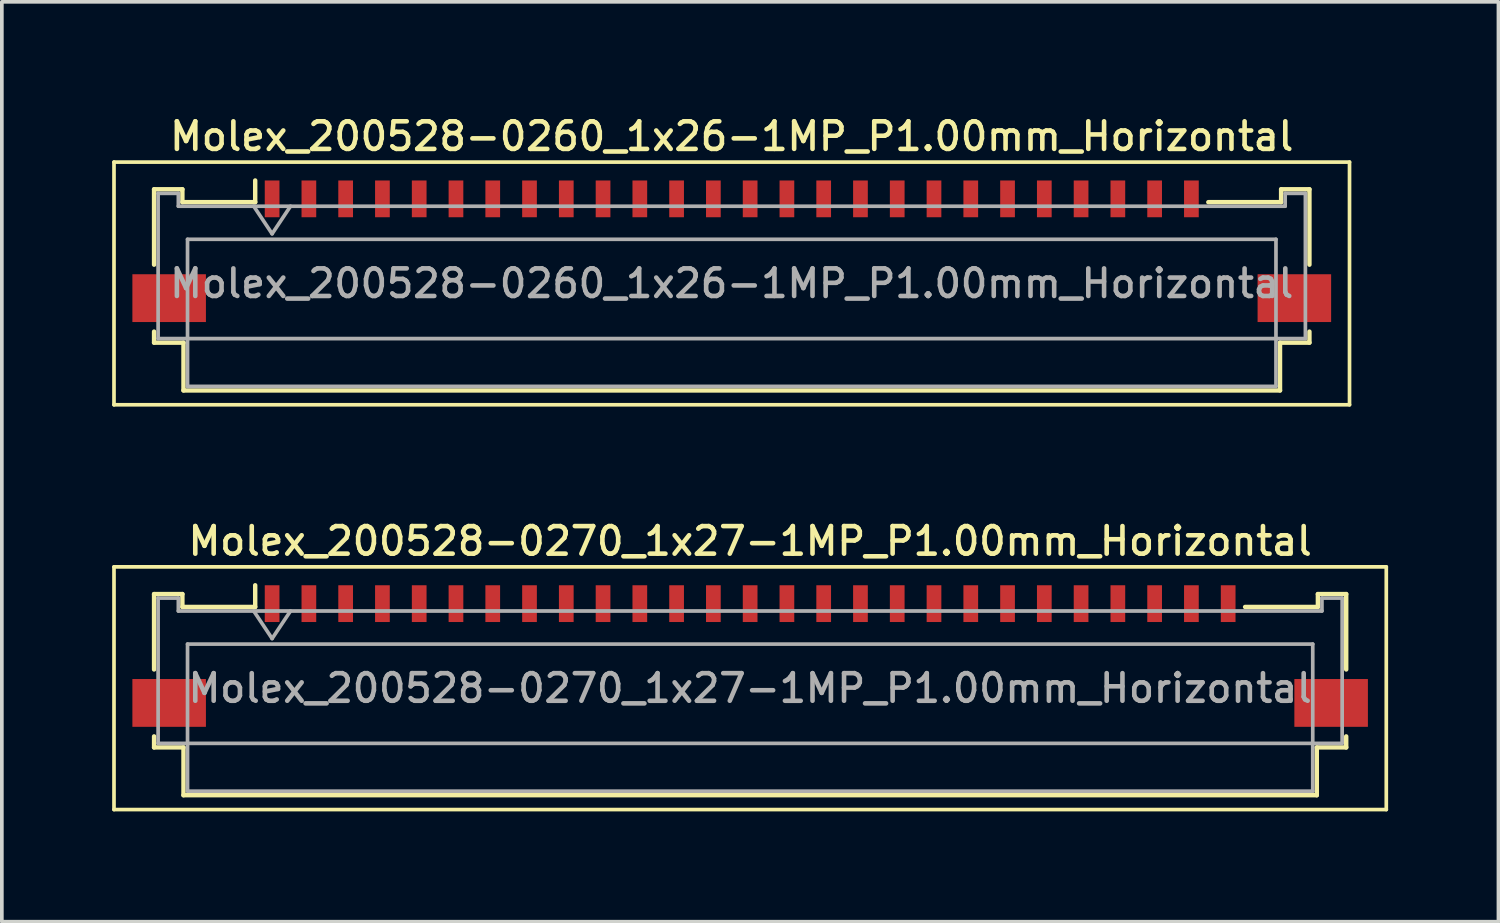
<source format=kicad_pcb>
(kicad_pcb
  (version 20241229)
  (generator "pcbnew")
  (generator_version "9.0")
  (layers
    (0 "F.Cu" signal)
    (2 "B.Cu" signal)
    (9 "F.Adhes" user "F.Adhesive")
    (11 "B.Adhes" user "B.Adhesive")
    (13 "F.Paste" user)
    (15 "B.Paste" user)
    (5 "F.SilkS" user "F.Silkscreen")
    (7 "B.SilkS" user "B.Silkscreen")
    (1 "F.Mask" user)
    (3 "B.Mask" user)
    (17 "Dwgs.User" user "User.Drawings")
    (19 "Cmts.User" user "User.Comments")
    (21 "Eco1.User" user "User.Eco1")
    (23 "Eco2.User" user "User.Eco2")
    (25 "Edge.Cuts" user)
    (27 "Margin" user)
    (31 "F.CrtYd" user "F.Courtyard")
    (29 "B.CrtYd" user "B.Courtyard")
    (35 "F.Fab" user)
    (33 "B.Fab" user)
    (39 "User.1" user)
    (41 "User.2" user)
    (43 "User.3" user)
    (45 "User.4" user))
  (footprint "Molex_200528-0270_1x27-1MP_P1.00mm_Horizontal"
    (layer "F.Cu")
    (at 17.35 14.276)
    (property "Reference" "Molex_200528-0270_1x27-1MP_P1.00mm_Horizontal" (at 0 -2.61 0) (layer "F.SilkS") (effects (font (size 0.75 0.75) (thickness 0.125))))
    (attr smd)
    (fp_line (start -17.3 -1.91) (end -17.3 4.69) (stroke (width 0.1) (type solid)) (layer "F.SilkS"))
    (fp_line (start -17.3 4.69) (end 17.3 4.69) (stroke (width 0.1) (type solid)) (layer "F.SilkS"))
    (fp_line (start -16.21 -1.17) (end -16.21 0.88) (stroke (width 0.12) (type solid)) (layer "F.SilkS"))
    (fp_line (start -16.21 2.7) (end -16.21 3) (stroke (width 0.12) (type solid)) (layer "F.SilkS"))
    (fp_line (start -16.21 3) (end -15.41 3) (stroke (width 0.12) (type solid)) (layer "F.SilkS"))
    (fp_line (start -15.44 -1.17) (end -16.21 -1.17) (stroke (width 0.12) (type solid)) (layer "F.SilkS"))
    (fp_line (start -15.44 -0.82) (end -15.44 -1.17) (stroke (width 0.12) (type solid)) (layer "F.SilkS"))
    (fp_line (start -15.41 3) (end -15.41 4.3) (stroke (width 0.12) (type solid)) (layer "F.SilkS"))
    (fp_line (start -15.41 4.3) (end 15.41 4.3) (stroke (width 0.12) (type solid)) (layer "F.SilkS"))
    (fp_line (start -13.46 -1.41) (end -13.46 -0.82) (stroke (width 0.12) (type solid)) (layer "F.SilkS"))
    (fp_line (start -13.46 -0.82) (end -15.44 -0.82) (stroke (width 0.12) (type solid)) (layer "F.SilkS"))
    (fp_line (start 15.41 3) (end 16.21 3) (stroke (width 0.12) (type solid)) (layer "F.SilkS"))
    (fp_line (start 15.41 4.3) (end 15.41 3) (stroke (width 0.12) (type solid)) (layer "F.SilkS"))
    (fp_line (start 15.44 -1.17) (end 15.44 -0.82) (stroke (width 0.12) (type solid)) (layer "F.SilkS"))
    (fp_line (start 15.44 -0.82) (end 13.46 -0.82) (stroke (width 0.12) (type solid)) (layer "F.SilkS"))
    (fp_line (start 16.21 -1.17) (end 15.44 -1.17) (stroke (width 0.12) (type solid)) (layer "F.SilkS"))
    (fp_line (start 16.21 0.88) (end 16.21 -1.17) (stroke (width 0.12) (type solid)) (layer "F.SilkS"))
    (fp_line (start 16.21 3) (end 16.21 2.7) (stroke (width 0.12) (type solid)) (layer "F.SilkS"))
    (fp_line (start 17.3 -1.91) (end -17.3 -1.91) (stroke (width 0.1) (type solid)) (layer "F.SilkS"))
    (fp_line (start 17.3 4.69) (end 17.3 -1.91) (stroke (width 0.1) (type solid)) (layer "F.SilkS"))
    (fp_line (start -16.1 -1.06) (end -16.1 2.89) (stroke (width 0.1) (type solid)) (layer "F.Fab"))
    (fp_line (start -16.1 2.89) (end 16.1 2.89) (stroke (width 0.1) (type solid)) (layer "F.Fab"))
    (fp_line (start -15.55 -1.06) (end -16.1 -1.06) (stroke (width 0.1) (type solid)) (layer "F.Fab"))
    (fp_line (start -15.55 -0.71) (end -15.55 -1.06) (stroke (width 0.1) (type solid)) (layer "F.Fab"))
    (fp_line (start -15.3 0.19) (end -15.3 4.19) (stroke (width 0.1) (type solid)) (layer "F.Fab"))
    (fp_line (start -15.3 4.19) (end 15.3 4.19) (stroke (width 0.1) (type solid)) (layer "F.Fab"))
    (fp_line (start -13.5 -0.71) (end -13 0.04) (stroke (width 0.1) (type solid)) (layer "F.Fab"))
    (fp_line (start -13 0.04) (end -12.5 -0.71) (stroke (width 0.1) (type solid)) (layer "F.Fab"))
    (fp_line (start 15.3 0.19) (end -15.3 0.19) (stroke (width 0.1) (type solid)) (layer "F.Fab"))
    (fp_line (start 15.3 4.19) (end 15.3 0.19) (stroke (width 0.1) (type solid)) (layer "F.Fab"))
    (fp_line (start 15.55 -1.06) (end 15.55 -0.71) (stroke (width 0.1) (type solid)) (layer "F.Fab"))
    (fp_line (start 15.55 -0.71) (end -15.55 -0.71) (stroke (width 0.1) (type solid)) (layer "F.Fab"))
    (fp_line (start 16.1 -1.06) (end 15.55 -1.06) (stroke (width 0.1) (type solid)) (layer "F.Fab"))
    (fp_line (start 16.1 2.89) (end 16.1 -1.06) (stroke (width 0.1) (type solid)) (layer "F.Fab"))
    (fp_text user "${REFERENCE}" (at 0 1.39 0) (layer "F.Fab") (effects (font (size 0.75 0.75) (thickness 0.125))))
    (pad "1" smd rect (at -13 -0.91) (size 0.4 1) (layers "F.Cu" "F.Mask" "F.Paste"))
    (pad "2" smd rect (at -12 -0.91) (size 0.4 1) (layers "F.Cu" "F.Mask" "F.Paste"))
    (pad "3" smd rect (at -11 -0.91) (size 0.4 1) (layers "F.Cu" "F.Mask" "F.Paste"))
    (pad "4" smd rect (at -10 -0.91) (size 0.4 1) (layers "F.Cu" "F.Mask" "F.Paste"))
    (pad "5" smd rect (at -9 -0.91) (size 0.4 1) (layers "F.Cu" "F.Mask" "F.Paste"))
    (pad "6" smd rect (at -8 -0.91) (size 0.4 1) (layers "F.Cu" "F.Mask" "F.Paste"))
    (pad "7" smd rect (at -7 -0.91) (size 0.4 1) (layers "F.Cu" "F.Mask" "F.Paste"))
    (pad "8" smd rect (at -6 -0.91) (size 0.4 1) (layers "F.Cu" "F.Mask" "F.Paste"))
    (pad "9" smd rect (at -5 -0.91) (size 0.4 1) (layers "F.Cu" "F.Mask" "F.Paste"))
    (pad "10" smd rect (at -4 -0.91) (size 0.4 1) (layers "F.Cu" "F.Mask" "F.Paste"))
    (pad "11" smd rect (at -3 -0.91) (size 0.4 1) (layers "F.Cu" "F.Mask" "F.Paste"))
    (pad "12" smd rect (at -2 -0.91) (size 0.4 1) (layers "F.Cu" "F.Mask" "F.Paste"))
    (pad "13" smd rect (at -1 -0.91) (size 0.4 1) (layers "F.Cu" "F.Mask" "F.Paste"))
    (pad "14" smd rect (at 0 -0.91) (size 0.4 1) (layers "F.Cu" "F.Mask" "F.Paste"))
    (pad "15" smd rect (at 1 -0.91) (size 0.4 1) (layers "F.Cu" "F.Mask" "F.Paste"))
    (pad "16" smd rect (at 2 -0.91) (size 0.4 1) (layers "F.Cu" "F.Mask" "F.Paste"))
    (pad "17" smd rect (at 3 -0.91) (size 0.4 1) (layers "F.Cu" "F.Mask" "F.Paste"))
    (pad "18" smd rect (at 4 -0.91) (size 0.4 1) (layers "F.Cu" "F.Mask" "F.Paste"))
    (pad "19" smd rect (at 5 -0.91) (size 0.4 1) (layers "F.Cu" "F.Mask" "F.Paste"))
    (pad "20" smd rect (at 6 -0.91) (size 0.4 1) (layers "F.Cu" "F.Mask" "F.Paste"))
    (pad "21" smd rect (at 7 -0.91) (size 0.4 1) (layers "F.Cu" "F.Mask" "F.Paste"))
    (pad "22" smd rect (at 8 -0.91) (size 0.4 1) (layers "F.Cu" "F.Mask" "F.Paste"))
    (pad "23" smd rect (at 9 -0.91) (size 0.4 1) (layers "F.Cu" "F.Mask" "F.Paste"))
    (pad "24" smd rect (at 10 -0.91) (size 0.4 1) (layers "F.Cu" "F.Mask" "F.Paste"))
    (pad "25" smd rect (at 11 -0.91) (size 0.4 1) (layers "F.Cu" "F.Mask" "F.Paste"))
    (pad "26" smd rect (at 12 -0.91) (size 0.4 1) (layers "F.Cu" "F.Mask" "F.Paste"))
    (pad "27" smd rect (at 13 -0.91) (size 0.4 1) (layers "F.Cu" "F.Mask" "F.Paste"))
    (pad "MP" smd rect (at -15.8 1.79) (size 2 1.3) (layers "F.Cu" "F.Mask" "F.Paste"))
    (pad "MP" smd rect (at 15.8 1.79) (size 2 1.3) (layers "F.Cu" "F.Mask" "F.Paste")))
  (footprint "Molex_200528-0260_1x26-1MP_P1.00mm_Horizontal"
    (layer "F.Cu")
    (at 16.85 3.268)
    (property "Reference" "Molex_200528-0260_1x26-1MP_P1.00mm_Horizontal" (at 0 -2.61 0) (layer "F.SilkS") (effects (font (size 0.75 0.75) (thickness 0.125))))
    (attr smd)
    (fp_line (start -16.8 -1.91) (end -16.8 4.69) (stroke (width 0.1) (type solid)) (layer "F.SilkS"))
    (fp_line (start -16.8 4.69) (end 16.8 4.69) (stroke (width 0.1) (type solid)) (layer "F.SilkS"))
    (fp_line (start -15.71 -1.17) (end -15.71 0.88) (stroke (width 0.12) (type solid)) (layer "F.SilkS"))
    (fp_line (start -15.71 2.7) (end -15.71 3) (stroke (width 0.12) (type solid)) (layer "F.SilkS"))
    (fp_line (start -15.71 3) (end -14.91 3) (stroke (width 0.12) (type solid)) (layer "F.SilkS"))
    (fp_line (start -14.94 -1.17) (end -15.71 -1.17) (stroke (width 0.12) (type solid)) (layer "F.SilkS"))
    (fp_line (start -14.94 -0.82) (end -14.94 -1.17) (stroke (width 0.12) (type solid)) (layer "F.SilkS"))
    (fp_line (start -14.91 3) (end -14.91 4.3) (stroke (width 0.12) (type solid)) (layer "F.SilkS"))
    (fp_line (start -14.91 4.3) (end 14.91 4.3) (stroke (width 0.12) (type solid)) (layer "F.SilkS"))
    (fp_line (start -12.96 -1.41) (end -12.96 -0.82) (stroke (width 0.12) (type solid)) (layer "F.SilkS"))
    (fp_line (start -12.96 -0.82) (end -14.94 -0.82) (stroke (width 0.12) (type solid)) (layer "F.SilkS"))
    (fp_line (start 14.91 3) (end 15.71 3) (stroke (width 0.12) (type solid)) (layer "F.SilkS"))
    (fp_line (start 14.91 4.3) (end 14.91 3) (stroke (width 0.12) (type solid)) (layer "F.SilkS"))
    (fp_line (start 14.94 -1.17) (end 14.94 -0.82) (stroke (width 0.12) (type solid)) (layer "F.SilkS"))
    (fp_line (start 14.94 -0.82) (end 12.96 -0.82) (stroke (width 0.12) (type solid)) (layer "F.SilkS"))
    (fp_line (start 15.71 -1.17) (end 14.94 -1.17) (stroke (width 0.12) (type solid)) (layer "F.SilkS"))
    (fp_line (start 15.71 0.88) (end 15.71 -1.17) (stroke (width 0.12) (type solid)) (layer "F.SilkS"))
    (fp_line (start 15.71 3) (end 15.71 2.7) (stroke (width 0.12) (type solid)) (layer "F.SilkS"))
    (fp_line (start 16.8 -1.91) (end -16.8 -1.91) (stroke (width 0.1) (type solid)) (layer "F.SilkS"))
    (fp_line (start 16.8 4.69) (end 16.8 -1.91) (stroke (width 0.1) (type solid)) (layer "F.SilkS"))
    (fp_line (start -15.6 -1.06) (end -15.6 2.89) (stroke (width 0.1) (type solid)) (layer "F.Fab"))
    (fp_line (start -15.6 2.89) (end 15.6 2.89) (stroke (width 0.1) (type solid)) (layer "F.Fab"))
    (fp_line (start -15.05 -1.06) (end -15.6 -1.06) (stroke (width 0.1) (type solid)) (layer "F.Fab"))
    (fp_line (start -15.05 -0.71) (end -15.05 -1.06) (stroke (width 0.1) (type solid)) (layer "F.Fab"))
    (fp_line (start -14.8 0.19) (end -14.8 4.19) (stroke (width 0.1) (type solid)) (layer "F.Fab"))
    (fp_line (start -14.8 4.19) (end 14.8 4.19) (stroke (width 0.1) (type solid)) (layer "F.Fab"))
    (fp_line (start -13 -0.71) (end -12.5 0.04) (stroke (width 0.1) (type solid)) (layer "F.Fab"))
    (fp_line (start -12.5 0.04) (end -12 -0.71) (stroke (width 0.1) (type solid)) (layer "F.Fab"))
    (fp_line (start 14.8 0.19) (end -14.8 0.19) (stroke (width 0.1) (type solid)) (layer "F.Fab"))
    (fp_line (start 14.8 4.19) (end 14.8 0.19) (stroke (width 0.1) (type solid)) (layer "F.Fab"))
    (fp_line (start 15.05 -1.06) (end 15.05 -0.71) (stroke (width 0.1) (type solid)) (layer "F.Fab"))
    (fp_line (start 15.05 -0.71) (end -15.05 -0.71) (stroke (width 0.1) (type solid)) (layer "F.Fab"))
    (fp_line (start 15.6 -1.06) (end 15.05 -1.06) (stroke (width 0.1) (type solid)) (layer "F.Fab"))
    (fp_line (start 15.6 2.89) (end 15.6 -1.06) (stroke (width 0.1) (type solid)) (layer "F.Fab"))
    (fp_text user "${REFERENCE}" (at 0 1.39 0) (layer "F.Fab") (effects (font (size 0.75 0.75) (thickness 0.125))))
    (pad "1" smd rect (at -12.5 -0.91) (size 0.4 1) (layers "F.Cu" "F.Mask" "F.Paste"))
    (pad "2" smd rect (at -11.5 -0.91) (size 0.4 1) (layers "F.Cu" "F.Mask" "F.Paste"))
    (pad "3" smd rect (at -10.5 -0.91) (size 0.4 1) (layers "F.Cu" "F.Mask" "F.Paste"))
    (pad "4" smd rect (at -9.5 -0.91) (size 0.4 1) (layers "F.Cu" "F.Mask" "F.Paste"))
    (pad "5" smd rect (at -8.5 -0.91) (size 0.4 1) (layers "F.Cu" "F.Mask" "F.Paste"))
    (pad "6" smd rect (at -7.5 -0.91) (size 0.4 1) (layers "F.Cu" "F.Mask" "F.Paste"))
    (pad "7" smd rect (at -6.5 -0.91) (size 0.4 1) (layers "F.Cu" "F.Mask" "F.Paste"))
    (pad "8" smd rect (at -5.5 -0.91) (size 0.4 1) (layers "F.Cu" "F.Mask" "F.Paste"))
    (pad "9" smd rect (at -4.5 -0.91) (size 0.4 1) (layers "F.Cu" "F.Mask" "F.Paste"))
    (pad "10" smd rect (at -3.5 -0.91) (size 0.4 1) (layers "F.Cu" "F.Mask" "F.Paste"))
    (pad "11" smd rect (at -2.5 -0.91) (size 0.4 1) (layers "F.Cu" "F.Mask" "F.Paste"))
    (pad "12" smd rect (at -1.5 -0.91) (size 0.4 1) (layers "F.Cu" "F.Mask" "F.Paste"))
    (pad "13" smd rect (at -0.5 -0.91) (size 0.4 1) (layers "F.Cu" "F.Mask" "F.Paste"))
    (pad "14" smd rect (at 0.5 -0.91) (size 0.4 1) (layers "F.Cu" "F.Mask" "F.Paste"))
    (pad "15" smd rect (at 1.5 -0.91) (size 0.4 1) (layers "F.Cu" "F.Mask" "F.Paste"))
    (pad "16" smd rect (at 2.5 -0.91) (size 0.4 1) (layers "F.Cu" "F.Mask" "F.Paste"))
    (pad "17" smd rect (at 3.5 -0.91) (size 0.4 1) (layers "F.Cu" "F.Mask" "F.Paste"))
    (pad "18" smd rect (at 4.5 -0.91) (size 0.4 1) (layers "F.Cu" "F.Mask" "F.Paste"))
    (pad "19" smd rect (at 5.5 -0.91) (size 0.4 1) (layers "F.Cu" "F.Mask" "F.Paste"))
    (pad "20" smd rect (at 6.5 -0.91) (size 0.4 1) (layers "F.Cu" "F.Mask" "F.Paste"))
    (pad "21" smd rect (at 7.5 -0.91) (size 0.4 1) (layers "F.Cu" "F.Mask" "F.Paste"))
    (pad "22" smd rect (at 8.5 -0.91) (size 0.4 1) (layers "F.Cu" "F.Mask" "F.Paste"))
    (pad "23" smd rect (at 9.5 -0.91) (size 0.4 1) (layers "F.Cu" "F.Mask" "F.Paste"))
    (pad "24" smd rect (at 10.5 -0.91) (size 0.4 1) (layers "F.Cu" "F.Mask" "F.Paste"))
    (pad "25" smd rect (at 11.5 -0.91) (size 0.4 1) (layers "F.Cu" "F.Mask" "F.Paste"))
    (pad "26" smd rect (at 12.5 -0.91) (size 0.4 1) (layers "F.Cu" "F.Mask" "F.Paste"))
    (pad "MP" smd rect (at -15.3 1.79) (size 2 1.3) (layers "F.Cu" "F.Mask" "F.Paste"))
    (pad "MP" smd rect (at 15.3 1.79) (size 2 1.3) (layers "F.Cu" "F.Mask" "F.Paste")))
  (gr_rect
    (start -3 -3)
    (end 37.7 22.016)
    (stroke (width 0.1) (type default))
    (fill no)
    (layer "Edge.Cuts")))
</source>
